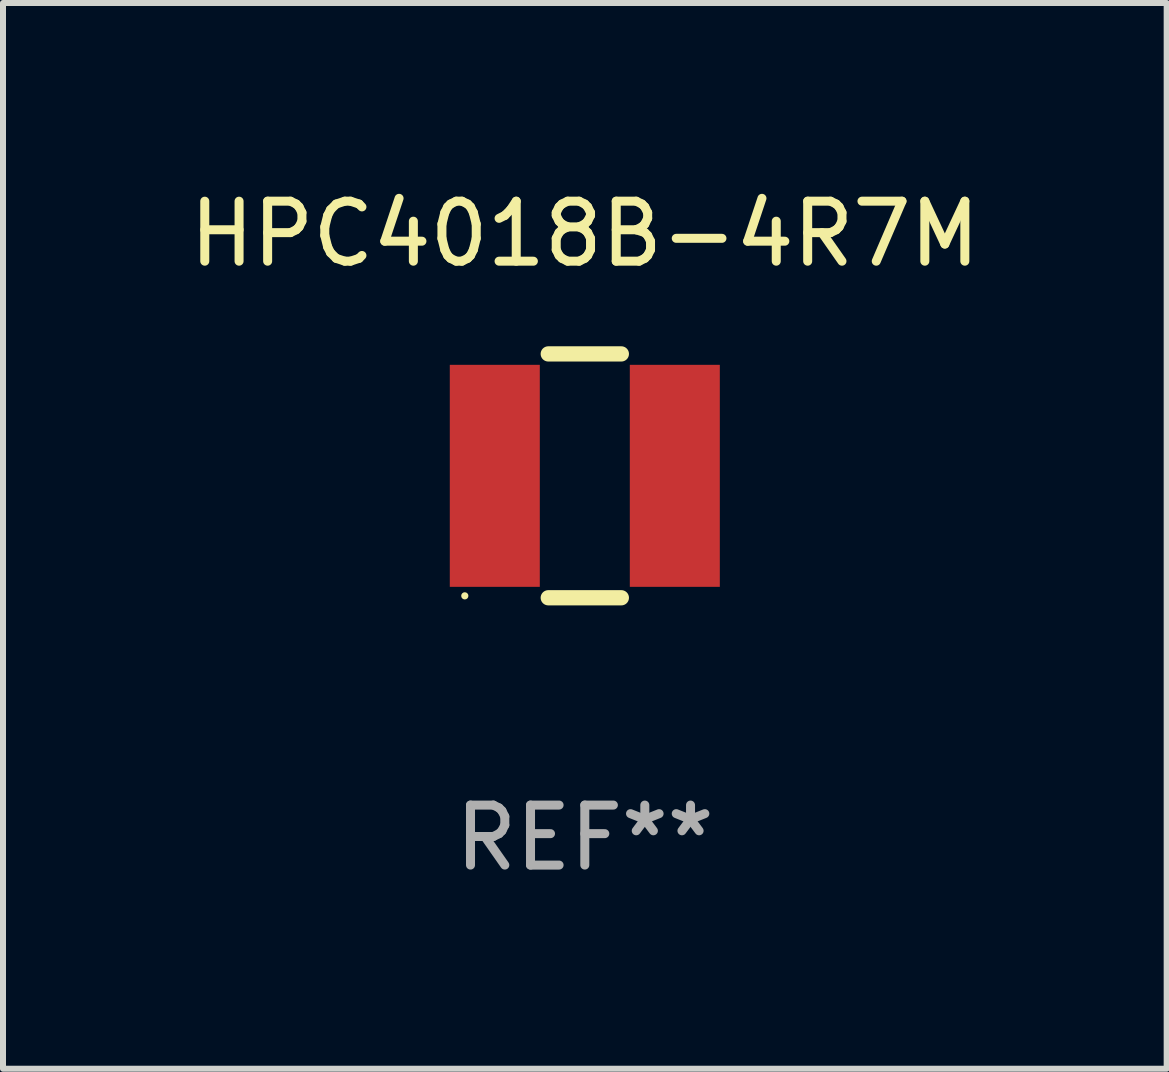
<source format=kicad_pcb>
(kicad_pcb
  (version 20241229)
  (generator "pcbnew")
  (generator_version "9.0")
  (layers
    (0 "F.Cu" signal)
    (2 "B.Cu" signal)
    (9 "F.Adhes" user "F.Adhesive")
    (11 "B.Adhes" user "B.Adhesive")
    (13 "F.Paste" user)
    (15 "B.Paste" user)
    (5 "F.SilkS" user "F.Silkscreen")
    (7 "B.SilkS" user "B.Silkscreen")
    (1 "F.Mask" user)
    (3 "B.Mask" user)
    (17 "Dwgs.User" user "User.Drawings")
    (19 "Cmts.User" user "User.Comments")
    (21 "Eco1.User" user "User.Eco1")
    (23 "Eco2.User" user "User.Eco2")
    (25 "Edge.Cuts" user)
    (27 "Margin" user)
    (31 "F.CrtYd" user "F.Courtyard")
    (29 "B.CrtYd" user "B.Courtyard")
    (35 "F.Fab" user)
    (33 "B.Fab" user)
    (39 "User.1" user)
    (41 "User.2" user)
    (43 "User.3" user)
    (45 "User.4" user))
  (footprint "HPC4018B-4R7M"
    (layer "F.Cu")
    (at 6.696 4.88)
    (property "Reference" "HPC4018B-4R7M" (at 0 -4.032 0) (layer "F.SilkS") (effects (font (size 1 1) (thickness 0.15))))
    (attr through_hole)
    (fp_line (start -0.609 -2.032) (end 0.609 -2.032) (stroke (width 0.254) (type solid)) (layer "F.SilkS"))
    (fp_line (start -0.609 2.032) (end 0.609 2.032) (stroke (width 0.254) (type solid)) (layer "F.SilkS"))
    (fp_circle (center -2 2) (end -1.97 2) (stroke (width 0.06) (type solid)) (fill no) (layer "F.SilkS"))
    (fp_text user "REF**" (at 0 6.032 0) (layer "F.Fab") (effects (font (size 1 1) (thickness 0.15))))
    (pad "1" smd rect (at -1.5 0 90) (size 3.7 1.5) (layers "F.Cu" "F.Mask" "F.Paste"))
    (pad "2" smd rect (at 1.5 0 90) (size 3.7 1.5) (layers "F.Cu" "F.Mask" "F.Paste")))
  (gr_rect
    (start -3 -3)
    (end 16.393 14.761)
    (stroke (width 0.1) (type default))
    (fill no)
    (layer "Edge.Cuts")))
</source>
